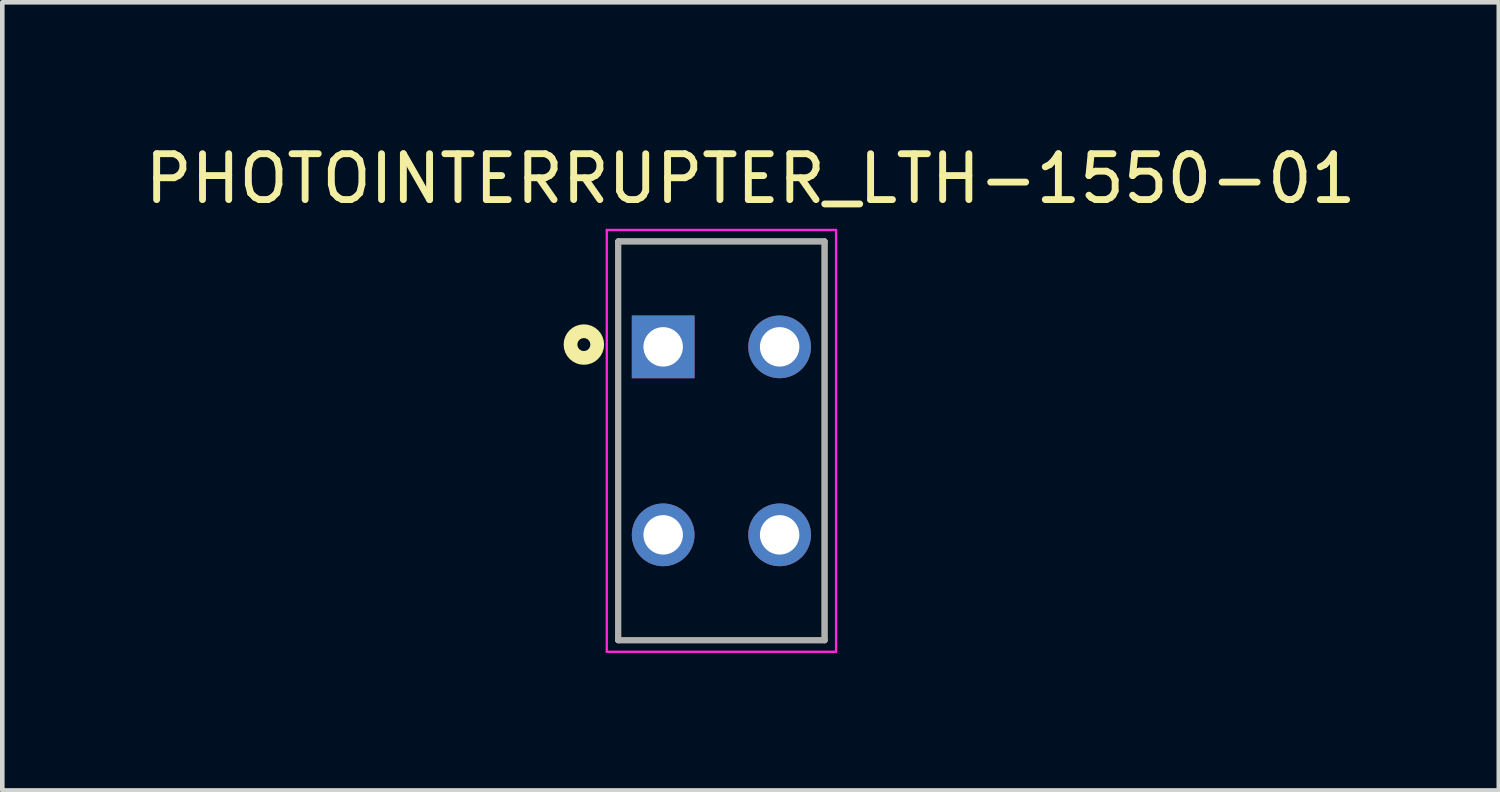
<source format=kicad_pcb>
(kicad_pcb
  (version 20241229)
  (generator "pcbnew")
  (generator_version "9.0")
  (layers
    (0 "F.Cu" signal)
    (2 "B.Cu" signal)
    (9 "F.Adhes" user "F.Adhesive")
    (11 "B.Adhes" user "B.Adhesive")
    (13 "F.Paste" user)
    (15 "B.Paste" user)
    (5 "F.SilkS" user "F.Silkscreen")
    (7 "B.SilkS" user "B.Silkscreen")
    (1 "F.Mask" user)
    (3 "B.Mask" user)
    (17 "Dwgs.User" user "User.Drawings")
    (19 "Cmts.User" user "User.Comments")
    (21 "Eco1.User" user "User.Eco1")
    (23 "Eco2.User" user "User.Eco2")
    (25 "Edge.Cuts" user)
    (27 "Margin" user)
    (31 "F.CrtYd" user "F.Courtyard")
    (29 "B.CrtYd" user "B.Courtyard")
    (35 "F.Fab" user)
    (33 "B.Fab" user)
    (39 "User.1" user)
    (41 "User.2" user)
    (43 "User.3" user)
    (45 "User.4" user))
  (footprint "PHOTOINTERRUPTER_LTH-1550-01"
    (layer "F.Cu")
    (at 12.684 6.565)
    (property "Reference" "PHOTOINTERRUPTER_LTH-1550-01" (at 0.635 -5.717 0) (layer "F.SilkS") (effects (font (size 1 1) (thickness 0.15))))
    (attr through_hole)
    (fp_line (start -2.25 -4.35) (end 2.25 -4.35) (stroke (width 0.127) (type solid)) (layer "F.SilkS"))
    (fp_line (start -2.25 4.35) (end -2.25 -4.35) (stroke (width 0.127) (type solid)) (layer "F.SilkS"))
    (fp_line (start 2.25 -4.35) (end 2.25 4.35) (stroke (width 0.127) (type solid)) (layer "F.SilkS"))
    (fp_line (start 2.25 4.35) (end -2.25 4.35) (stroke (width 0.127) (type solid)) (layer "F.SilkS"))
    (fp_circle (center -3 -2.1) (end -2.859 -2.1) (stroke (width 0.3) (type solid)) (fill no) (layer "F.SilkS"))
    (fp_line (start -2.5 -4.6) (end 2.5 -4.6) (stroke (width 0.05) (type solid)) (layer "F.CrtYd"))
    (fp_line (start -2.5 4.6) (end -2.5 -4.6) (stroke (width 0.05) (type solid)) (layer "F.CrtYd"))
    (fp_line (start 2.5 -4.6) (end 2.5 4.6) (stroke (width 0.05) (type solid)) (layer "F.CrtYd"))
    (fp_line (start 2.5 4.6) (end -2.5 4.6) (stroke (width 0.05) (type solid)) (layer "F.CrtYd"))
    (fp_line (start -2.25 -4.35) (end 2.25 -4.35) (stroke (width 0.127) (type solid)) (layer "F.Fab"))
    (fp_line (start -2.25 4.35) (end -2.25 -4.35) (stroke (width 0.127) (type solid)) (layer "F.Fab"))
    (fp_line (start 2.25 -4.35) (end 2.25 4.35) (stroke (width 0.127) (type solid)) (layer "F.Fab"))
    (fp_line (start 2.25 4.35) (end -2.25 4.35) (stroke (width 0.127) (type solid)) (layer "F.Fab"))
    (pad "1" thru_hole rect (at -1.27 -2.05) (size 1.368 1.368) (drill 0.86) (layers "*.Cu" "*.Mask"))
    (pad "2" thru_hole circle (at -1.27 2.05) (size 1.368 1.368) (drill 0.86) (layers "*.Cu" "*.Mask"))
    (pad "3" thru_hole circle (at 1.27 2.05) (size 1.368 1.368) (drill 0.86) (layers "*.Cu" "*.Mask"))
    (pad "4" thru_hole circle (at 1.27 -2.05) (size 1.368 1.368) (drill 0.86) (layers "*.Cu" "*.Mask")))
  (gr_rect
    (start -3 -3)
    (end 29.639 14.19)
    (stroke (width 0.1) (type default))
    (fill no)
    (layer "Edge.Cuts")))
</source>
